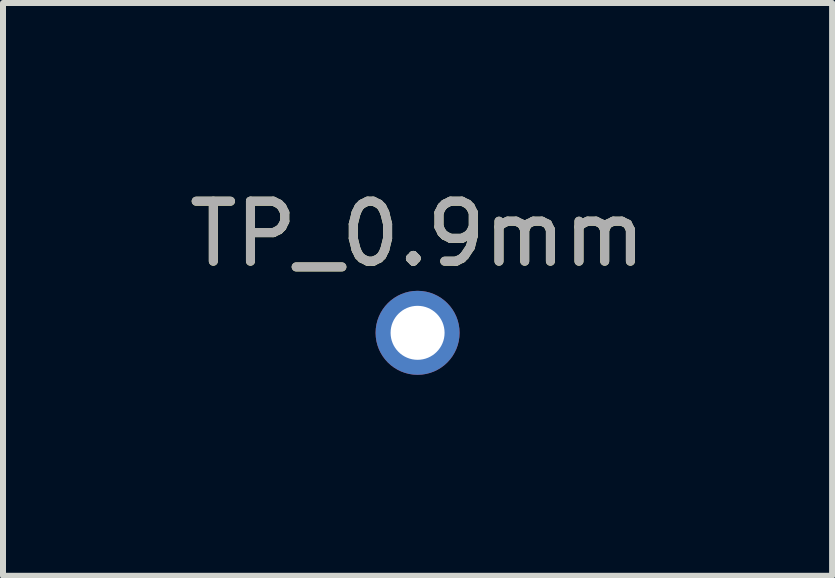
<source format=kicad_pcb>
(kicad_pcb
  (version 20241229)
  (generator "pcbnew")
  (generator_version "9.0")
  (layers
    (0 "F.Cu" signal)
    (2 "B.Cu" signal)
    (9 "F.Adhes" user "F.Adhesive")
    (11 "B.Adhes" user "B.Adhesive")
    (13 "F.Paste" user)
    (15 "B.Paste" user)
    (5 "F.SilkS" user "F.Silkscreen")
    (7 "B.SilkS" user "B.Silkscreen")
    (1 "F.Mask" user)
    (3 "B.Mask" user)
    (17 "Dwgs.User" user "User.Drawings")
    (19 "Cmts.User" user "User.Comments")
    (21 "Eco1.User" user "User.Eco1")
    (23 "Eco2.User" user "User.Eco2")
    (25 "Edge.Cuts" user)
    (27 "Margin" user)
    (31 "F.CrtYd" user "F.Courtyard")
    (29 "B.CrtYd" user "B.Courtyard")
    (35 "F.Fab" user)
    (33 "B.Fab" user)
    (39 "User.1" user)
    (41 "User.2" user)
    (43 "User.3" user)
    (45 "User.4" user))
  (footprint "TP_0.9mm"
    (layer "F.Cu")
    (at 3.911 2.498)
    (property "Reference" "TP_0.9mm" (at 0 -1.648 0) (layer "F.SilkS") (effects (font (size 1 1) (thickness 0.15))))
    (attr exclude_from_pos_files exclude_from_bom)
    (fp_poly (pts (xy 0 -0.5) (xy 0.4 -0.8) (xy 0.4 -0.3) (xy 1 -0.2) (xy 0.45 0) (xy 0.9 0.5) (xy 0.3 0.4) (xy 0.2 0.9) (xy 0 0.45) (xy -0.3 1) (xy -0.3 0.5) (xy -0.7 0.6) (xy -0.5 0.2) (xy -1 0) (xy -0.45 -0.1) (xy -0.9 -0.5) (xy -0.3 -0.4) (xy -0.2 -0.9)) (stroke (width 0.1) (type solid)) (fill yes) (layer "F.Mask"))
    (fp_text user "${REFERENCE}" (at 0 -1.65 0) (layer "F.Fab") (effects (font (size 1 1) (thickness 0.15))))
    (pad "1" thru_hole circle (at 0 0) (size 1.4 1.4) (drill 0.9) (layers "*.Cu" "*.Mask")))
  (gr_rect
    (start -3 -3)
    (end 10.821 6.548)
    (stroke (width 0.1) (type default))
    (fill no)
    (layer "Edge.Cuts")))
</source>
